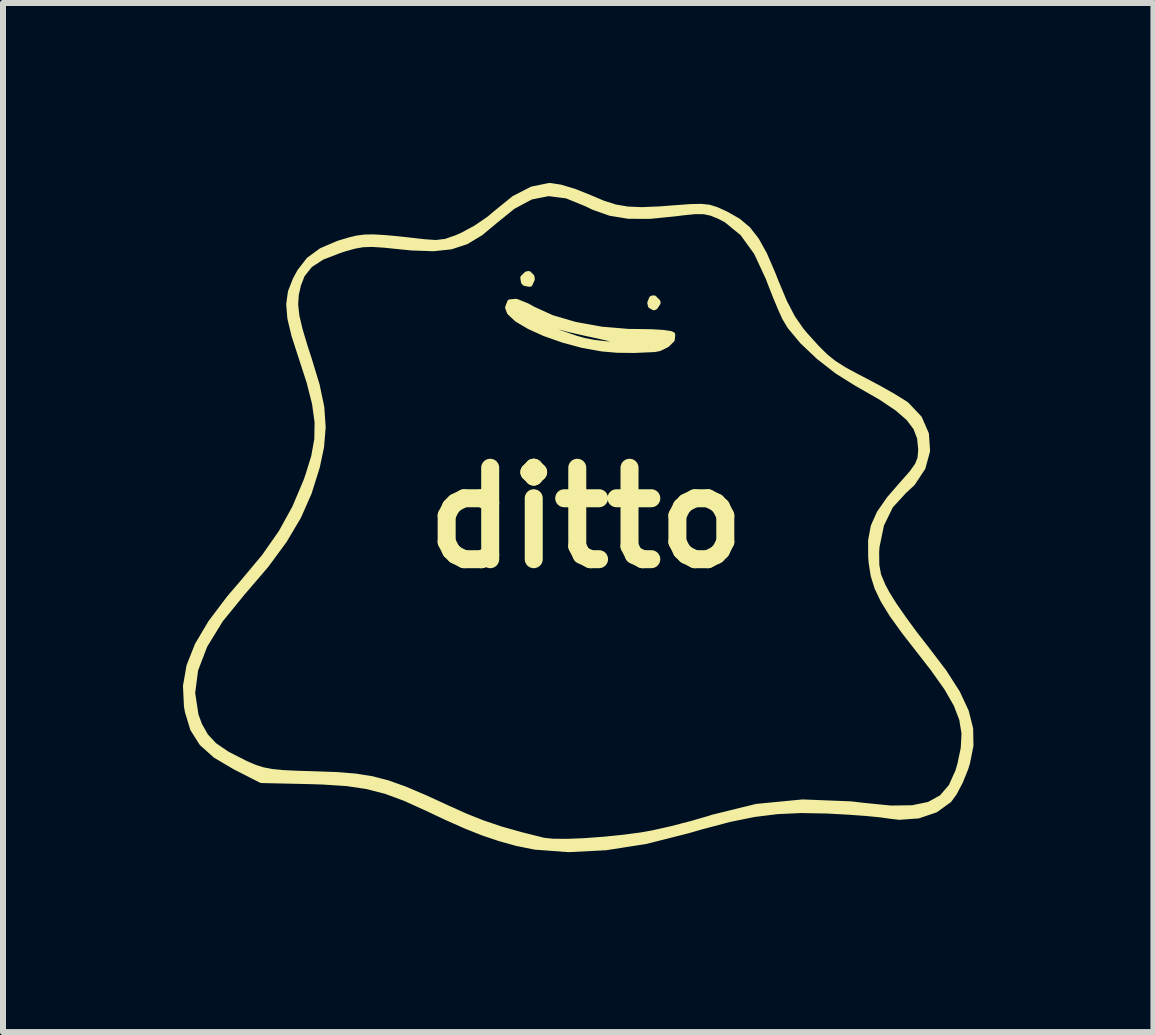
<source format=kicad_pcb>
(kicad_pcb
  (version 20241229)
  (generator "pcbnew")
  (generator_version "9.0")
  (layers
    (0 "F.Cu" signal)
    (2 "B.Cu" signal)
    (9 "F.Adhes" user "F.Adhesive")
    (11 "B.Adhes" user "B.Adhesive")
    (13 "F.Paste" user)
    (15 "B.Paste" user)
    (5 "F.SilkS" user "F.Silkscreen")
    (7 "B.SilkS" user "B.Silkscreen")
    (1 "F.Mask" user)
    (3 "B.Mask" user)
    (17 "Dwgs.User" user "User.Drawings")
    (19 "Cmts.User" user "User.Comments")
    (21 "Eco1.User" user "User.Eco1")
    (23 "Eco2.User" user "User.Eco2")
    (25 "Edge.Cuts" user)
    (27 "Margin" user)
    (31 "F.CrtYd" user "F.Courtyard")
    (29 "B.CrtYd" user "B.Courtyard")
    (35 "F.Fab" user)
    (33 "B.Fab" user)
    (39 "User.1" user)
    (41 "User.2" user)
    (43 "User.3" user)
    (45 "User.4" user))
  (footprint "ditto"
    (layer "F.Cu")
    (at 6.718 5.582)
    (property "Reference" "ditto" (at 0 0 0) (layer "F.SilkS") (effects (font (size 1.524 1.524) (thickness 0.3))))
    (attr through_hole)
    (fp_poly (pts (xy -0.903 -3.979) (xy -0.938 -3.901) (xy -1.016 -3.915) (xy -1.033 -3.931) (xy -1.045 -4.001) (xy -0.987 -4.058) (xy -0.956 -4.064) (xy -0.909 -4.018) (xy -0.903 -3.979)) (stroke (width 0.1) (type solid)) (fill yes) (layer "F.SilkS"))
    (fp_poly (pts (xy 1.194 -3.584) (xy 1.15 -3.518) (xy 1.133 -3.51) (xy 1.082 -3.538) (xy 1.072 -3.584) (xy 1.101 -3.654) (xy 1.133 -3.658) (xy 1.191 -3.6) (xy 1.194 -3.584)) (stroke (width 0.1) (type solid)) (fill yes) (layer "F.SilkS"))
    (fp_poly (pts (xy 1.438 -3.051) (xy 1.43 -2.972) (xy 1.347 -2.89) (xy 1.298 -2.866) (xy 1.298 -2.979) (xy 1.25 -3.004) (xy 1.132 -3.006) (xy 0.985 -2.991) (xy 0.849 -2.962) (xy 0.765 -2.924) (xy 0.762 -2.922) (xy 0.76 -2.888) (xy 0.859 -2.893) (xy 0.896 -2.899) (xy 1.06 -2.924) (xy 1.191 -2.935) (xy 1.192 -2.935) (xy 1.28 -2.955) (xy 1.298 -2.979) (xy 1.298 -2.866) (xy 1.221 -2.828) (xy 1.139 -2.813) (xy 0.799 -2.798) (xy 0.662 -2.8) (xy 0.662 -2.908) (xy 0.657 -2.918) (xy 0.589 -2.944) (xy 0.434 -2.985) (xy 0.217 -3.035) (xy -0.002 -3.082) (xy -0.291 -3.148) (xy -0.572 -3.227) (xy -0.807 -3.308) (xy -0.918 -3.356) (xy -1.07 -3.43) (xy -1.13 -3.45) (xy -1.106 -3.419) (xy -1.072 -3.391) (xy -0.92 -3.295) (xy -0.695 -3.186) (xy -0.434 -3.079) (xy -0.172 -2.988) (xy -0.028 -2.948) (xy 0.139 -2.916) (xy 0.32 -2.895) (xy 0.487 -2.886) (xy 0.611 -2.89) (xy 0.662 -2.908) (xy 0.662 -2.8) (xy 0.527 -2.801) (xy 0.281 -2.822) (xy 0.253 -2.826) (xy -0.066 -2.884) (xy -0.383 -2.97) (xy -0.682 -3.075) (xy -0.941 -3.192) (xy -1.143 -3.311) (xy -1.267 -3.425) (xy -1.298 -3.504) (xy -1.265 -3.592) (xy -1.163 -3.601) (xy -0.988 -3.531) (xy -0.881 -3.472) (xy -0.569 -3.33) (xy -0.178 -3.216) (xy 0.259 -3.137) (xy 0.71 -3.099) (xy 0.858 -3.098) (xy 1.096 -3.094) (xy 1.288 -3.082) (xy 1.41 -3.064) (xy 1.438 -3.051)) (stroke (width 0.1) (type solid)) (fill yes) (layer "F.SilkS"))
    (fp_poly (pts (xy 6.409 3.797) (xy 6.351 4.087) (xy 6.323 4.177) (xy 6.31 4.208) (xy 6.31 3.596) (xy 6.272 3.358) (xy 6.177 3.11) (xy 6.018 2.833) (xy 5.788 2.509) (xy 5.586 2.249) (xy 5.313 1.899) (xy 5.107 1.613) (xy 4.959 1.373) (xy 4.858 1.161) (xy 4.795 0.959) (xy 4.762 0.748) (xy 4.754 0.65) (xy 4.753 0.378) (xy 4.796 0.145) (xy 4.895 -0.077) (xy 5.061 -0.315) (xy 5.281 -0.568) (xy 5.438 -0.746) (xy 5.53 -0.876) (xy 5.575 -0.988) (xy 5.587 -1.115) (xy 5.588 -1.143) (xy 5.569 -1.333) (xy 5.504 -1.503) (xy 5.382 -1.665) (xy 5.191 -1.83) (xy 4.92 -2.012) (xy 4.556 -2.221) (xy 4.523 -2.239) (xy 4.196 -2.443) (xy 3.885 -2.685) (xy 3.613 -2.942) (xy 3.405 -3.191) (xy 3.319 -3.334) (xy 3.254 -3.477) (xy 3.166 -3.688) (xy 3.072 -3.927) (xy 3.044 -4.001) (xy 2.847 -4.425) (xy 2.614 -4.747) (xy 2.341 -4.97) (xy 2.216 -5.035) (xy 2.088 -5.086) (xy 1.968 -5.111) (xy 1.823 -5.113) (xy 1.617 -5.092) (xy 1.489 -5.076) (xy 1.06 -5.033) (xy 0.708 -5.035) (xy 0.406 -5.084) (xy 0.126 -5.183) (xy 0.013 -5.238) (xy -0.319 -5.374) (xy -0.625 -5.413) (xy -0.921 -5.354) (xy -1.221 -5.193) (xy -1.503 -4.965) (xy -1.758 -4.753) (xy -1.998 -4.608) (xy -2.251 -4.525) (xy -2.545 -4.494) (xy -2.907 -4.507) (xy -3.081 -4.524) (xy -3.361 -4.553) (xy -3.562 -4.566) (xy -3.717 -4.561) (xy -3.86 -4.536) (xy -4.024 -4.49) (xy -4.107 -4.463) (xy -4.402 -4.349) (xy -4.604 -4.218) (xy -4.735 -4.053) (xy -4.799 -3.89) (xy -4.837 -3.722) (xy -4.848 -3.556) (xy -4.828 -3.368) (xy -4.773 -3.134) (xy -4.682 -2.831) (xy -4.621 -2.645) (xy -4.489 -2.21) (xy -4.412 -1.843) (xy -4.389 -1.511) (xy -4.416 -1.184) (xy -4.486 -0.852) (xy -4.62 -0.424) (xy -4.797 -0.022) (xy -5.032 0.374) (xy -5.335 0.786) (xy -5.721 1.237) (xy -5.726 1.242) (xy -6.097 1.698) (xy -6.36 2.127) (xy -6.515 2.533) (xy -6.565 2.919) (xy -6.509 3.288) (xy -6.447 3.457) (xy -6.343 3.641) (xy -6.197 3.796) (xy -5.987 3.94) (xy -5.691 4.091) (xy -5.662 4.105) (xy -5.521 4.165) (xy -5.389 4.207) (xy -5.24 4.236) (xy -5.049 4.255) (xy -4.791 4.267) (xy -4.516 4.275) (xy -4.146 4.288) (xy -3.84 4.313) (xy -3.569 4.356) (xy -3.305 4.425) (xy -3.023 4.526) (xy -2.693 4.666) (xy -2.325 4.835) (xy -2.01 4.977) (xy -1.721 5.092) (xy -1.421 5.193) (xy -1.077 5.29) (xy -0.706 5.383) (xy -0.552 5.399) (xy -0.313 5.401) (xy -0.019 5.389) (xy 0.305 5.365) (xy 0.631 5.332) (xy 0.932 5.292) (xy 1.129 5.256) (xy 1.433 5.187) (xy 1.762 5.102) (xy 2.055 5.017) (xy 2.117 4.997) (xy 2.845 4.818) (xy 3.61 4.744) (xy 4.414 4.776) (xy 4.628 4.801) (xy 5.081 4.846) (xy 5.441 4.841) (xy 5.721 4.783) (xy 5.934 4.665) (xy 6.091 4.483) (xy 6.205 4.231) (xy 6.24 4.113) (xy 6.297 3.841) (xy 6.31 3.596) (xy 6.31 4.208) (xy 6.236 4.392) (xy 6.134 4.586) (xy 6.051 4.7) (xy 5.826 4.863) (xy 5.538 4.961) (xy 5.222 4.984) (xy 5.072 4.966) (xy 4.907 4.943) (xy 4.662 4.919) (xy 4.366 4.898) (xy 4.053 4.881) (xy 4.017 4.879) (xy 3.584 4.871) (xy 3.19 4.889) (xy 2.803 4.937) (xy 2.39 5.021) (xy 1.921 5.145) (xy 1.693 5.211) (xy 0.998 5.387) (xy 0.332 5.491) (xy -0.29 5.523) (xy -0.852 5.481) (xy -1.157 5.419) (xy -1.439 5.34) (xy -1.708 5.25) (xy -1.993 5.137) (xy -2.322 4.991) (xy -2.655 4.834) (xy -3.017 4.67) (xy -3.337 4.552) (xy -3.649 4.472) (xy -3.986 4.422) (xy -4.383 4.396) (xy -4.639 4.388) (xy -5.411 4.371) (xy -5.85 4.147) (xy -6.172 3.957) (xy -6.399 3.754) (xy -6.548 3.518) (xy -6.637 3.226) (xy -6.652 3.135) (xy -6.668 2.804) (xy -6.61 2.471) (xy -6.473 2.124) (xy -6.252 1.751) (xy -5.942 1.34) (xy -5.722 1.084) (xy -5.36 0.651) (xy -5.076 0.245) (xy -4.849 -0.167) (xy -4.659 -0.617) (xy -4.628 -0.706) (xy -4.531 -1.02) (xy -4.479 -1.308) (xy -4.474 -1.595) (xy -4.517 -1.906) (xy -4.609 -2.269) (xy -4.743 -2.681) (xy -4.86 -3.043) (xy -4.928 -3.328) (xy -4.947 -3.56) (xy -4.919 -3.764) (xy -4.842 -3.963) (xy -4.767 -4.102) (xy -4.616 -4.297) (xy -4.409 -4.449) (xy -4.124 -4.571) (xy -3.936 -4.627) (xy -3.815 -4.656) (xy -3.692 -4.672) (xy -3.546 -4.675) (xy -3.355 -4.664) (xy -3.097 -4.64) (xy -2.751 -4.601) (xy -2.702 -4.595) (xy -2.501 -4.581) (xy -2.337 -4.601) (xy -2.155 -4.664) (xy -2.053 -4.709) (xy -1.83 -4.83) (xy -1.611 -4.98) (xy -1.496 -5.077) (xy -1.196 -5.32) (xy -0.896 -5.474) (xy -0.615 -5.531) (xy -0.601 -5.532) (xy -0.426 -5.505) (xy -0.19 -5.434) (xy 0.049 -5.338) (xy 0.283 -5.239) (xy 0.488 -5.174) (xy 0.694 -5.139) (xy 0.932 -5.129) (xy 1.231 -5.142) (xy 1.482 -5.161) (xy 1.74 -5.18) (xy 1.919 -5.184) (xy 2.052 -5.17) (xy 2.174 -5.132) (xy 2.317 -5.067) (xy 2.337 -5.057) (xy 2.535 -4.944) (xy 2.697 -4.808) (xy 2.837 -4.629) (xy 2.971 -4.387) (xy 3.111 -4.062) (xy 3.163 -3.93) (xy 3.304 -3.593) (xy 3.439 -3.334) (xy 3.585 -3.123) (xy 3.658 -3.037) (xy 3.84 -2.835) (xy 3.987 -2.689) (xy 4.13 -2.574) (xy 4.299 -2.467) (xy 4.524 -2.345) (xy 4.656 -2.277) (xy 4.895 -2.15) (xy 5.115 -2.025) (xy 5.284 -1.921) (xy 5.342 -1.881) (xy 5.553 -1.658) (xy 5.667 -1.396) (xy 5.686 -1.116) (xy 5.61 -0.838) (xy 5.44 -0.58) (xy 5.296 -0.446) (xy 5.073 -0.203) (xy 4.919 0.113) (xy 4.843 0.482) (xy 4.837 0.578) (xy 4.84 0.792) (xy 4.871 0.96) (xy 4.945 1.135) (xy 5.017 1.27) (xy 5.13 1.451) (xy 5.293 1.686) (xy 5.483 1.945) (xy 5.661 2.173) (xy 5.966 2.574) (xy 6.188 2.921) (xy 6.332 3.23) (xy 6.404 3.517) (xy 6.409 3.797)) (stroke (width 0.1) (type solid)) (fill yes) (layer "F.SilkS")))
  (gr_rect
    (start -3 -3)
    (end 16.177 14.154)
    (stroke (width 0.1) (type default))
    (fill no)
    (layer "Edge.Cuts")))
</source>
